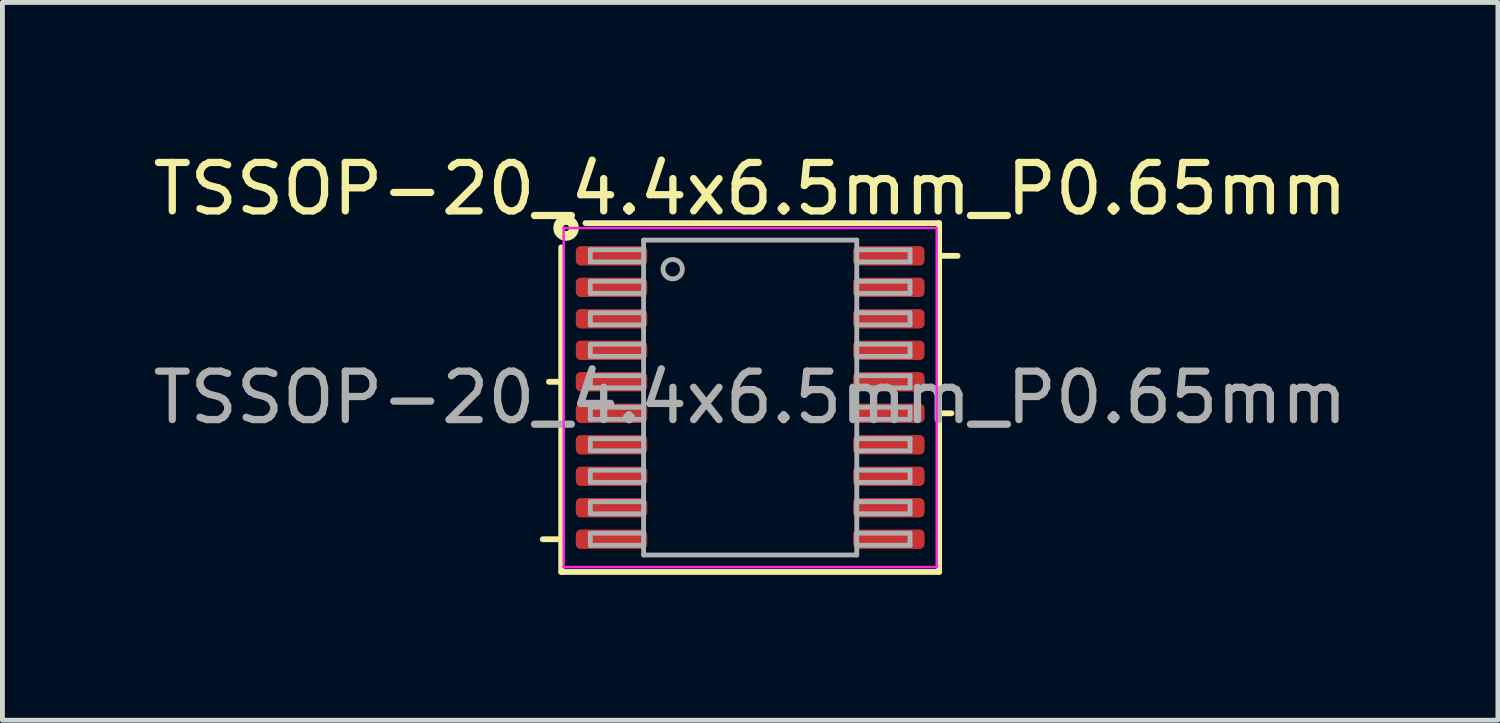
<source format=kicad_pcb>
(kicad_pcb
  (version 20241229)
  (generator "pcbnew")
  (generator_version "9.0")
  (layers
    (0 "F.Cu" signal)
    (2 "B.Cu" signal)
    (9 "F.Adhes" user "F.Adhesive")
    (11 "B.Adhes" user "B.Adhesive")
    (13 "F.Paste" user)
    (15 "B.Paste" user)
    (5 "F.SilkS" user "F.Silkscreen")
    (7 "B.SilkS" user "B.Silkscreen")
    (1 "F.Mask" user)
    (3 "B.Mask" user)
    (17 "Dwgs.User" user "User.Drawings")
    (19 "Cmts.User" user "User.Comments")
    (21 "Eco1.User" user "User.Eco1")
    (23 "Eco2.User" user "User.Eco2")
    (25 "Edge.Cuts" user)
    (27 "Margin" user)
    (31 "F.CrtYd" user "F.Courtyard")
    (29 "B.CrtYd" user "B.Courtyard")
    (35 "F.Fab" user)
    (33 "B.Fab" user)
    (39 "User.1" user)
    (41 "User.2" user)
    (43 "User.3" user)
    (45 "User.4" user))
  (footprint "TSSOP-20_4.4x6.5mm_P0.65mm"
    (layer "F.Cu")
    (at 12.435 5.156)
    (property "Reference" "TSSOP-20_4.4x6.5mm_P0.65mm" (at 0 -4.308 0) (layer "F.SilkS") (effects (font (size 1 1) (thickness 0.15))))
    (attr smd)
    (fp_line (start -3.9 -3.1) (end -3.9 3.6) (stroke (width 0.12) (type solid)) (layer "F.SilkS"))
    (fp_line (start -3.9 -0.325) (end -4.154 -0.325) (stroke (width 0.12) (type solid)) (layer "F.SilkS"))
    (fp_line (start -3.9 2.925) (end -4.281 2.925) (stroke (width 0.12) (type solid)) (layer "F.SilkS"))
    (fp_line (start -3.9 3.6) (end 3.9 3.6) (stroke (width 0.12) (type solid)) (layer "F.SilkS"))
    (fp_line (start 3.9 -3.6) (end -3.4 -3.6) (stroke (width 0.12) (type solid)) (layer "F.SilkS"))
    (fp_line (start 3.9 -2.925) (end 4.281 -2.925) (stroke (width 0.12) (type solid)) (layer "F.SilkS"))
    (fp_line (start 3.9 0.325) (end 4.154 0.325) (stroke (width 0.12) (type solid)) (layer "F.SilkS"))
    (fp_line (start 3.9 3.6) (end 3.9 -3.6) (stroke (width 0.12) (type solid)) (layer "F.SilkS"))
    (fp_circle (center -3.8 -3.5) (end -3.736 -3.5) (stroke (width 0.2) (type solid)) (fill no) (layer "F.SilkS"))
    (fp_line (start -3.85 -3.5) (end -3.85 3.5) (stroke (width 0.05) (type solid)) (layer "F.CrtYd"))
    (fp_line (start -3.85 3.5) (end 3.85 3.5) (stroke (width 0.05) (type solid)) (layer "F.CrtYd"))
    (fp_line (start 3.85 -3.5) (end -3.85 -3.5) (stroke (width 0.05) (type solid)) (layer "F.CrtYd"))
    (fp_line (start 3.85 3.5) (end 3.85 -3.5) (stroke (width 0.05) (type solid)) (layer "F.CrtYd"))
    (fp_line (start -3.3 -3.05) (end -3.3 -2.8) (stroke (width 0.1) (type solid)) (layer "F.Fab"))
    (fp_line (start -3.3 -3.05) (end -2.2 -3.05) (stroke (width 0.1) (type solid)) (layer "F.Fab"))
    (fp_line (start -3.3 -2.8) (end -2.2 -2.8) (stroke (width 0.1) (type solid)) (layer "F.Fab"))
    (fp_line (start -3.3 -2.4) (end -3.3 -2.15) (stroke (width 0.1) (type solid)) (layer "F.Fab"))
    (fp_line (start -3.3 -2.4) (end -2.2 -2.4) (stroke (width 0.1) (type solid)) (layer "F.Fab"))
    (fp_line (start -3.3 -2.15) (end -2.2 -2.15) (stroke (width 0.1) (type solid)) (layer "F.Fab"))
    (fp_line (start -3.3 -1.75) (end -3.3 -1.5) (stroke (width 0.1) (type solid)) (layer "F.Fab"))
    (fp_line (start -3.3 -1.75) (end -2.2 -1.75) (stroke (width 0.1) (type solid)) (layer "F.Fab"))
    (fp_line (start -3.3 -1.5) (end -2.2 -1.5) (stroke (width 0.1) (type solid)) (layer "F.Fab"))
    (fp_line (start -3.3 -1.1) (end -3.3 -0.85) (stroke (width 0.1) (type solid)) (layer "F.Fab"))
    (fp_line (start -3.3 -1.1) (end -2.2 -1.1) (stroke (width 0.1) (type solid)) (layer "F.Fab"))
    (fp_line (start -3.3 -0.85) (end -2.2 -0.85) (stroke (width 0.1) (type solid)) (layer "F.Fab"))
    (fp_line (start -3.3 -0.45) (end -3.3 -0.2) (stroke (width 0.1) (type solid)) (layer "F.Fab"))
    (fp_line (start -3.3 -0.45) (end -2.2 -0.45) (stroke (width 0.1) (type solid)) (layer "F.Fab"))
    (fp_line (start -3.3 -0.2) (end -2.2 -0.2) (stroke (width 0.1) (type solid)) (layer "F.Fab"))
    (fp_line (start -3.3 0.2) (end -3.3 0.45) (stroke (width 0.1) (type solid)) (layer "F.Fab"))
    (fp_line (start -3.3 0.2) (end -2.2 0.2) (stroke (width 0.1) (type solid)) (layer "F.Fab"))
    (fp_line (start -3.3 0.45) (end -2.2 0.45) (stroke (width 0.1) (type solid)) (layer "F.Fab"))
    (fp_line (start -3.3 0.85) (end -3.3 1.1) (stroke (width 0.1) (type solid)) (layer "F.Fab"))
    (fp_line (start -3.3 0.85) (end -2.2 0.85) (stroke (width 0.1) (type solid)) (layer "F.Fab"))
    (fp_line (start -3.3 1.1) (end -2.2 1.1) (stroke (width 0.1) (type solid)) (layer "F.Fab"))
    (fp_line (start -3.3 1.5) (end -3.3 1.75) (stroke (width 0.1) (type solid)) (layer "F.Fab"))
    (fp_line (start -3.3 1.5) (end -2.2 1.5) (stroke (width 0.1) (type solid)) (layer "F.Fab"))
    (fp_line (start -3.3 1.75) (end -2.2 1.75) (stroke (width 0.1) (type solid)) (layer "F.Fab"))
    (fp_line (start -3.3 2.15) (end -3.3 2.4) (stroke (width 0.1) (type solid)) (layer "F.Fab"))
    (fp_line (start -3.3 2.15) (end -2.2 2.15) (stroke (width 0.1) (type solid)) (layer "F.Fab"))
    (fp_line (start -3.3 2.4) (end -2.2 2.4) (stroke (width 0.1) (type solid)) (layer "F.Fab"))
    (fp_line (start -3.3 2.8) (end -3.3 3.05) (stroke (width 0.1) (type solid)) (layer "F.Fab"))
    (fp_line (start -3.3 2.8) (end -2.2 2.8) (stroke (width 0.1) (type solid)) (layer "F.Fab"))
    (fp_line (start -3.3 3.05) (end -2.2 3.05) (stroke (width 0.1) (type solid)) (layer "F.Fab"))
    (fp_line (start -2.2 -3.25) (end 2.2 -3.25) (stroke (width 0.1) (type solid)) (layer "F.Fab"))
    (fp_line (start -2.2 3.25) (end -2.2 -3.25) (stroke (width 0.1) (type solid)) (layer "F.Fab"))
    (fp_line (start 2.2 -3.25) (end 2.2 3.25) (stroke (width 0.1) (type solid)) (layer "F.Fab"))
    (fp_line (start 2.2 3.25) (end -2.2 3.25) (stroke (width 0.1) (type solid)) (layer "F.Fab"))
    (fp_line (start 3.3 -3.05) (end 2.2 -3.05) (stroke (width 0.1) (type solid)) (layer "F.Fab"))
    (fp_line (start 3.3 -2.8) (end 2.2 -2.8) (stroke (width 0.1) (type solid)) (layer "F.Fab"))
    (fp_line (start 3.3 -2.8) (end 3.3 -3.05) (stroke (width 0.1) (type solid)) (layer "F.Fab"))
    (fp_line (start 3.3 -2.4) (end 2.2 -2.4) (stroke (width 0.1) (type solid)) (layer "F.Fab"))
    (fp_line (start 3.3 -2.15) (end 2.2 -2.15) (stroke (width 0.1) (type solid)) (layer "F.Fab"))
    (fp_line (start 3.3 -2.15) (end 3.3 -2.4) (stroke (width 0.1) (type solid)) (layer "F.Fab"))
    (fp_line (start 3.3 -1.75) (end 2.2 -1.75) (stroke (width 0.1) (type solid)) (layer "F.Fab"))
    (fp_line (start 3.3 -1.5) (end 2.2 -1.5) (stroke (width 0.1) (type solid)) (layer "F.Fab"))
    (fp_line (start 3.3 -1.5) (end 3.3 -1.75) (stroke (width 0.1) (type solid)) (layer "F.Fab"))
    (fp_line (start 3.3 -1.1) (end 2.2 -1.1) (stroke (width 0.1) (type solid)) (layer "F.Fab"))
    (fp_line (start 3.3 -0.85) (end 2.2 -0.85) (stroke (width 0.1) (type solid)) (layer "F.Fab"))
    (fp_line (start 3.3 -0.85) (end 3.3 -1.1) (stroke (width 0.1) (type solid)) (layer "F.Fab"))
    (fp_line (start 3.3 -0.45) (end 2.2 -0.45) (stroke (width 0.1) (type solid)) (layer "F.Fab"))
    (fp_line (start 3.3 -0.2) (end 2.2 -0.2) (stroke (width 0.1) (type solid)) (layer "F.Fab"))
    (fp_line (start 3.3 -0.2) (end 3.3 -0.45) (stroke (width 0.1) (type solid)) (layer "F.Fab"))
    (fp_line (start 3.3 0.2) (end 2.2 0.2) (stroke (width 0.1) (type solid)) (layer "F.Fab"))
    (fp_line (start 3.3 0.45) (end 2.2 0.45) (stroke (width 0.1) (type solid)) (layer "F.Fab"))
    (fp_line (start 3.3 0.45) (end 3.3 0.2) (stroke (width 0.1) (type solid)) (layer "F.Fab"))
    (fp_line (start 3.3 0.85) (end 2.2 0.85) (stroke (width 0.1) (type solid)) (layer "F.Fab"))
    (fp_line (start 3.3 1.1) (end 2.2 1.1) (stroke (width 0.1) (type solid)) (layer "F.Fab"))
    (fp_line (start 3.3 1.1) (end 3.3 0.85) (stroke (width 0.1) (type solid)) (layer "F.Fab"))
    (fp_line (start 3.3 1.5) (end 2.2 1.5) (stroke (width 0.1) (type solid)) (layer "F.Fab"))
    (fp_line (start 3.3 1.75) (end 2.2 1.75) (stroke (width 0.1) (type solid)) (layer "F.Fab"))
    (fp_line (start 3.3 1.75) (end 3.3 1.5) (stroke (width 0.1) (type solid)) (layer "F.Fab"))
    (fp_line (start 3.3 2.15) (end 2.2 2.15) (stroke (width 0.1) (type solid)) (layer "F.Fab"))
    (fp_line (start 3.3 2.4) (end 2.2 2.4) (stroke (width 0.1) (type solid)) (layer "F.Fab"))
    (fp_line (start 3.3 2.4) (end 3.3 2.15) (stroke (width 0.1) (type solid)) (layer "F.Fab"))
    (fp_line (start 3.3 2.8) (end 2.2 2.8) (stroke (width 0.1) (type solid)) (layer "F.Fab"))
    (fp_line (start 3.3 3.05) (end 2.2 3.05) (stroke (width 0.1) (type solid)) (layer "F.Fab"))
    (fp_line (start 3.3 3.05) (end 3.3 2.8) (stroke (width 0.1) (type solid)) (layer "F.Fab"))
    (fp_circle (center -1.6 -2.65) (end -1.4 -2.65) (stroke (width 0.1) (type solid)) (fill no) (layer "F.Fab"))
    (fp_text user "${REFERENCE}" (at 0 0 0) (layer "F.Fab") (effects (font (size 1 1) (thickness 0.15))))
    (pad "1" smd roundrect (at -2.862 -2.925) (size 1.475 0.4) (layers "F.Cu" "F.Mask" "F.Paste") (roundrect_rratio 0.25))
    (pad "2" smd roundrect (at -2.862 -2.275) (size 1.475 0.4) (layers "F.Cu" "F.Mask" "F.Paste") (roundrect_rratio 0.25))
    (pad "3" smd roundrect (at -2.862 -1.625) (size 1.475 0.4) (layers "F.Cu" "F.Mask" "F.Paste") (roundrect_rratio 0.25))
    (pad "4" smd roundrect (at -2.862 -0.975) (size 1.475 0.4) (layers "F.Cu" "F.Mask" "F.Paste") (roundrect_rratio 0.25))
    (pad "5" smd roundrect (at -2.862 -0.325) (size 1.475 0.4) (layers "F.Cu" "F.Mask" "F.Paste") (roundrect_rratio 0.25))
    (pad "6" smd roundrect (at -2.862 0.325) (size 1.475 0.4) (layers "F.Cu" "F.Mask" "F.Paste") (roundrect_rratio 0.25))
    (pad "7" smd roundrect (at -2.862 0.975) (size 1.475 0.4) (layers "F.Cu" "F.Mask" "F.Paste") (roundrect_rratio 0.25))
    (pad "8" smd roundrect (at -2.862 1.625) (size 1.475 0.4) (layers "F.Cu" "F.Mask" "F.Paste") (roundrect_rratio 0.25))
    (pad "9" smd roundrect (at -2.862 2.275) (size 1.475 0.4) (layers "F.Cu" "F.Mask" "F.Paste") (roundrect_rratio 0.25))
    (pad "10" smd roundrect (at -2.862 2.925) (size 1.475 0.4) (layers "F.Cu" "F.Mask" "F.Paste") (roundrect_rratio 0.25))
    (pad "11" smd roundrect (at 2.862 2.925) (size 1.475 0.4) (layers "F.Cu" "F.Mask" "F.Paste") (roundrect_rratio 0.25))
    (pad "12" smd roundrect (at 2.862 2.275) (size 1.475 0.4) (layers "F.Cu" "F.Mask" "F.Paste") (roundrect_rratio 0.25))
    (pad "13" smd roundrect (at 2.862 1.625) (size 1.475 0.4) (layers "F.Cu" "F.Mask" "F.Paste") (roundrect_rratio 0.25))
    (pad "14" smd roundrect (at 2.862 0.975) (size 1.475 0.4) (layers "F.Cu" "F.Mask" "F.Paste") (roundrect_rratio 0.25))
    (pad "15" smd roundrect (at 2.862 0.325) (size 1.475 0.4) (layers "F.Cu" "F.Mask" "F.Paste") (roundrect_rratio 0.25))
    (pad "16" smd roundrect (at 2.862 -0.325) (size 1.475 0.4) (layers "F.Cu" "F.Mask" "F.Paste") (roundrect_rratio 0.25))
    (pad "17" smd roundrect (at 2.862 -0.975) (size 1.475 0.4) (layers "F.Cu" "F.Mask" "F.Paste") (roundrect_rratio 0.25))
    (pad "18" smd roundrect (at 2.862 -1.625) (size 1.475 0.4) (layers "F.Cu" "F.Mask" "F.Paste") (roundrect_rratio 0.25))
    (pad "19" smd roundrect (at 2.862 -2.275) (size 1.475 0.4) (layers "F.Cu" "F.Mask" "F.Paste") (roundrect_rratio 0.25))
    (pad "20" smd roundrect (at 2.862 -2.925) (size 1.475 0.4) (layers "F.Cu" "F.Mask" "F.Paste") (roundrect_rratio 0.25)))
  (gr_rect
    (start -3 -3)
    (end 27.869 11.816)
    (stroke (width 0.1) (type default))
    (fill no)
    (layer "Edge.Cuts")))
</source>
